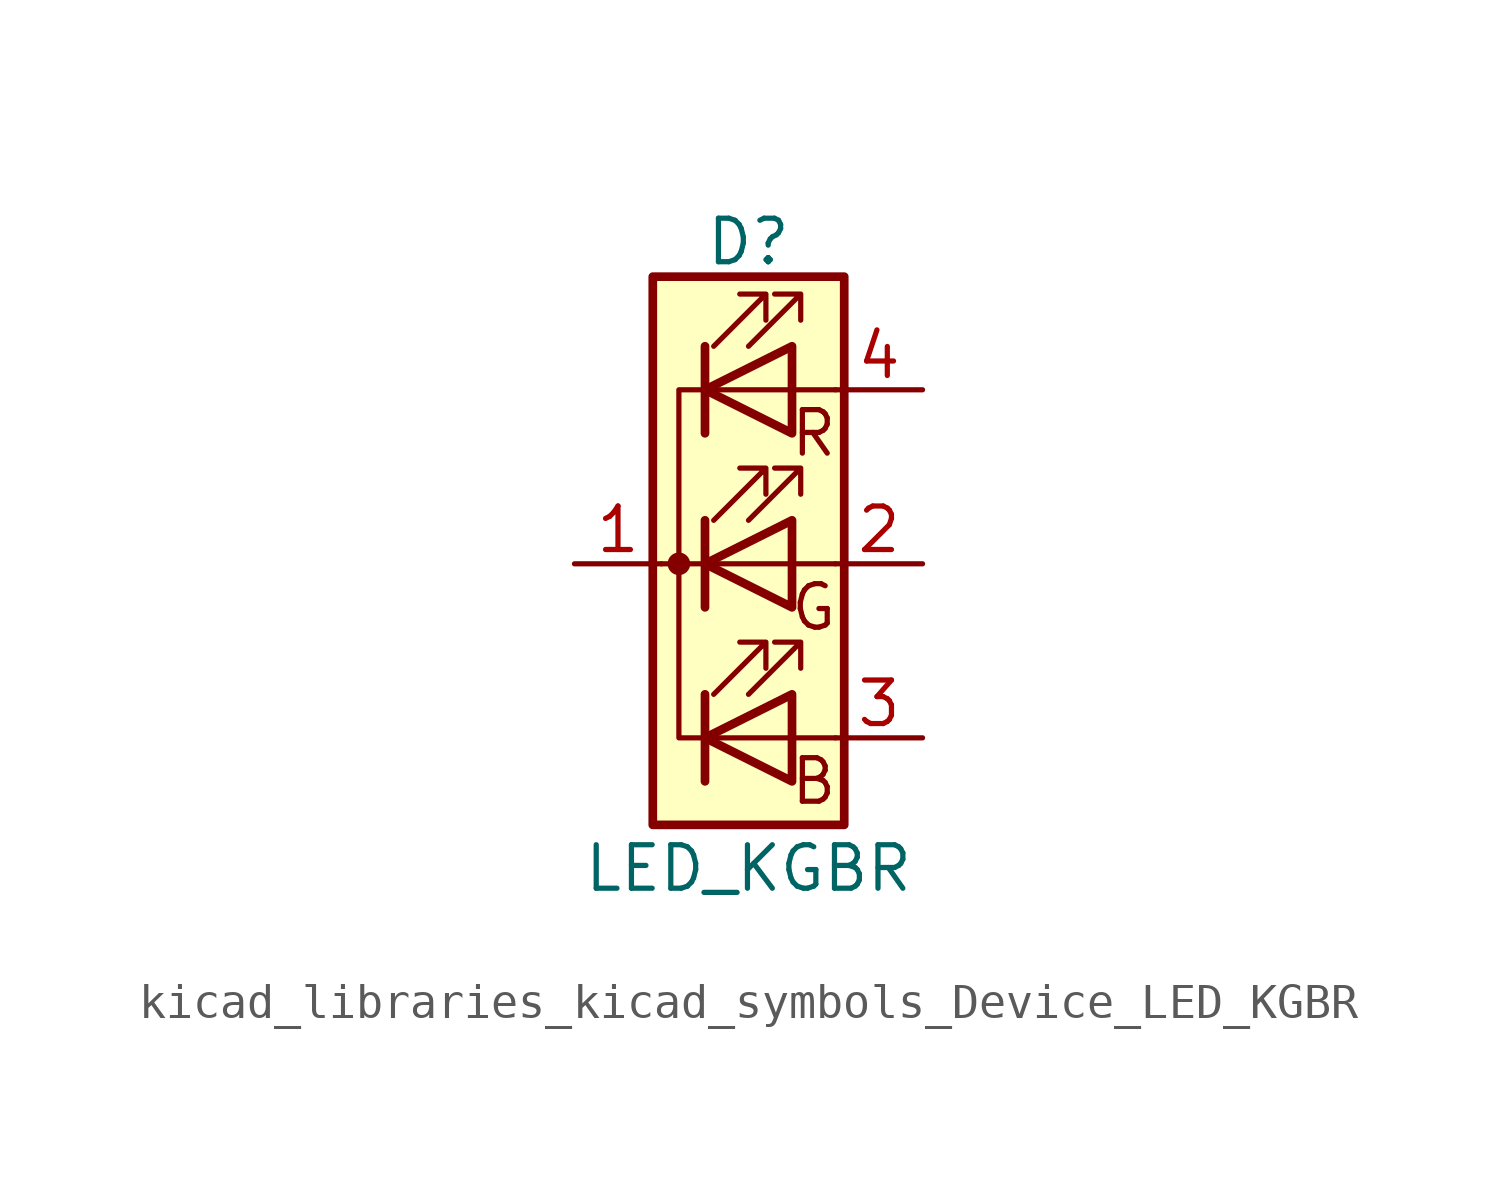
<source format=kicad_sym>
(kicad_symbol_lib
  (version 20220914)
  (generator kicad_symbol_editor)
  (symbol "kicad_libraries_kicad_symbols_Device_LED_KGBR"
    (pin_names
      (offset 0) hide)
    (property "Reference" "D"
      (at 0 9.398 0)
      (effects (font (size 1.27 1.27))))
    (property "Value" "LED_KGBR"
      (at 0 -8.89 0)
      (effects (font (size 1.27 1.27))))
    (symbol "kicad_libraries_kicad_symbols_Device_LED_KGBR_0_0"
      (text "B" (at 1.905 -6.35 0) (effects (font (size 1.27 1.27))))
      (text "G" (at 1.905 -1.27 0) (effects (font (size 1.27 1.27))))
      (text "R" (at 1.905 3.81 0) (effects (font (size 1.27 1.27)))))
    (symbol "kicad_libraries_kicad_symbols_Device_LED_KGBR_0_1"
      (circle (center -2.032 0) (radius 0.254) (stroke (width 0) (type default)) (fill (type outline)))
      (polyline (pts (xy -1.27 -5.08) (xy 1.27 -5.08)) (stroke (width 0) (type default)) (fill (type none)))
      (polyline (pts (xy -1.27 -3.81) (xy -1.27 -6.35)) (stroke (width 0.254) (type default)) (fill (type none)))
      (polyline (pts (xy -1.27 0) (xy -2.54 0)) (stroke (width 0) (type default)) (fill (type none)))
      (polyline (pts (xy -1.27 1.27) (xy -1.27 -1.27)) (stroke (width 0.254) (type default)) (fill (type none)))
      (polyline (pts (xy -1.27 5.08) (xy 1.27 5.08)) (stroke (width 0) (type default)) (fill (type none)))
      (polyline (pts (xy -1.27 6.35) (xy -1.27 3.81)) (stroke (width 0.254) (type default)) (fill (type none)))
      (polyline (pts (xy 1.27 -5.08) (xy 2.54 -5.08)) (stroke (width 0) (type default)) (fill (type none)))
      (polyline (pts (xy 1.27 0) (xy -1.27 0)) (stroke (width 0) (type default)) (fill (type none)))
      (polyline (pts (xy 1.27 0) (xy 2.54 0)) (stroke (width 0) (type default)) (fill (type none)))
      (polyline (pts (xy 1.27 5.08) (xy 2.54 5.08)) (stroke (width 0) (type default)) (fill (type none)))
      (polyline (pts (xy -1.27 1.27) (xy -1.27 -1.27) (xy -1.27 -1.27)) (stroke (width 0) (type default)) (fill (type none)))
      (polyline (pts (xy -1.27 6.35) (xy -1.27 3.81) (xy -1.27 3.81)) (stroke (width 0) (type default)) (fill (type none)))
      (polyline (pts (xy -1.27 5.08) (xy -2.032 5.08) (xy -2.032 -5.08) (xy -1.016 -5.08)) (stroke (width 0) (type default)) (fill (type none)))
      (polyline (pts (xy 1.27 -3.81) (xy 1.27 -6.35) (xy -1.27 -5.08) (xy 1.27 -3.81)) (stroke (width 0.254) (type default)) (fill (type none)))
      (polyline (pts (xy 1.27 1.27) (xy 1.27 -1.27) (xy -1.27 0) (xy 1.27 1.27)) (stroke (width 0.254) (type default)) (fill (type none)))
      (polyline (pts (xy 1.27 6.35) (xy 1.27 3.81) (xy -1.27 5.08) (xy 1.27 6.35)) (stroke (width 0.254) (type default)) (fill (type none)))
      (polyline (pts (xy -1.016 -3.81) (xy 0.508 -2.286) (xy -0.254 -2.286) (xy 0.508 -2.286) (xy 0.508 -3.048)) (stroke (width 0) (type default)) (fill (type none)))
      (polyline (pts (xy -1.016 1.27) (xy 0.508 2.794) (xy -0.254 2.794) (xy 0.508 2.794) (xy 0.508 2.032)) (stroke (width 0) (type default)) (fill (type none)))
      (polyline (pts (xy -1.016 6.35) (xy 0.508 7.874) (xy -0.254 7.874) (xy 0.508 7.874) (xy 0.508 7.112)) (stroke (width 0) (type default)) (fill (type none)))
      (polyline (pts (xy 0 -3.81) (xy 1.524 -2.286) (xy 0.762 -2.286) (xy 1.524 -2.286) (xy 1.524 -3.048)) (stroke (width 0) (type default)) (fill (type none)))
      (polyline (pts (xy 0 1.27) (xy 1.524 2.794) (xy 0.762 2.794) (xy 1.524 2.794) (xy 1.524 2.032)) (stroke (width 0) (type default)) (fill (type none)))
      (polyline (pts (xy 0 6.35) (xy 1.524 7.874) (xy 0.762 7.874) (xy 1.524 7.874) (xy 1.524 7.112)) (stroke (width 0) (type default)) (fill (type none)))
      (rectangle (start 1.27 -1.27) (end 1.27 1.27) (stroke (width 0) (type default)) (fill (type none)))
      (rectangle (start 1.27 1.27) (end 1.27 1.27) (stroke (width 0) (type default)) (fill (type none)))
      (rectangle (start 1.27 3.81) (end 1.27 6.35) (stroke (width 0) (type default)) (fill (type none)))
      (rectangle (start 1.27 6.35) (end 1.27 6.35) (stroke (width 0) (type default)) (fill (type none)))
      (rectangle (start 2.794 8.382) (end -2.794 -7.62) (stroke (width 0.254) (type default)) (fill (type background))))
    (symbol "kicad_libraries_kicad_symbols_Device_LED_KGBR_1_1"
      (pin passive line (at -5.08 0 0) (length 2.54) (name "K" (effects (font (size 1.27 1.27)))) (number "1" (effects (font (size 1.27 1.27)))))
      (pin passive line (at 5.08 0 180) (length 2.54) (name "GA" (effects (font (size 1.27 1.27)))) (number "2" (effects (font (size 1.27 1.27)))))
      (pin passive line (at 5.08 -5.08 180) (length 2.54) (name "BA" (effects (font (size 1.27 1.27)))) (number "3" (effects (font (size 1.27 1.27)))))
      (pin passive line (at 5.08 5.08 180) (length 2.54) (name "RA" (effects (font (size 1.27 1.27)))) (number "4" (effects (font (size 1.27 1.27))))))))
</source>
